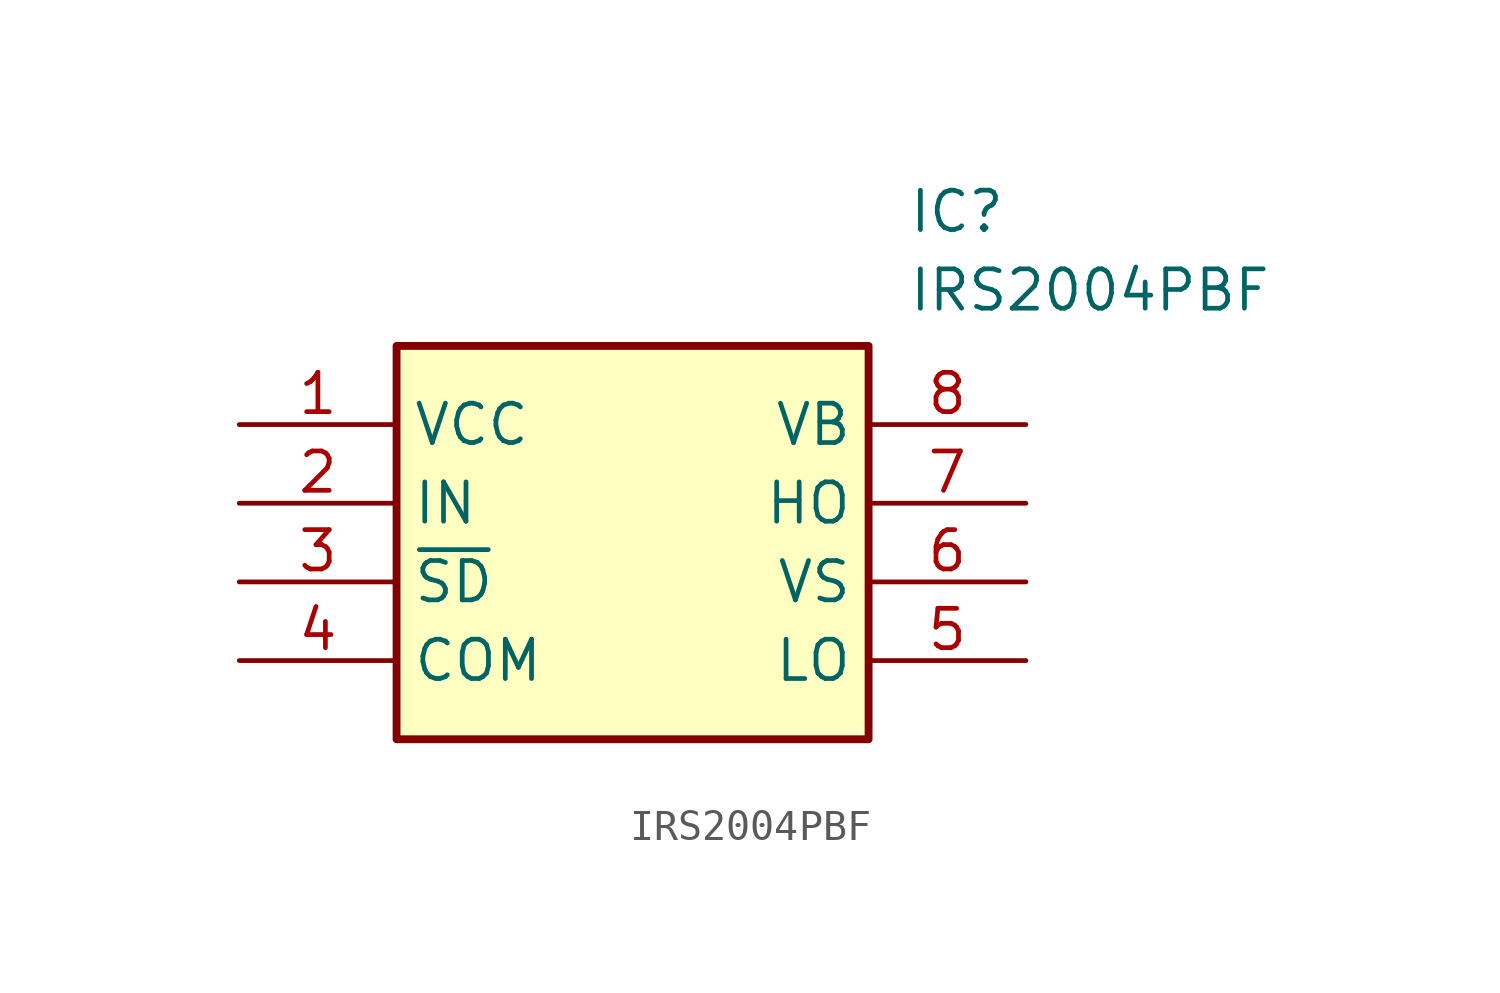
<source format=kicad_sym>
(kicad_symbol_lib
  (version 20211014)
  (generator SamacSys_ECAD_Model)
  (symbol "IRS2004PBF"
    (property "Reference" "IC"
      (at 21.59 7.62 0)
      (effects (font (size 1.27 1.27)) (justify left top)))
    (property "Value" "IRS2004PBF"
      (at 21.59 5.08 0)
      (effects (font (size 1.27 1.27)) (justify left top)))
    (rectangle
      (start 5.08 2.54)
      (end 20.32 -10.16)
      (stroke (width 0.254) (type default))
      (fill (type background)))
    (pin passive line
      (at 0 0 0)
      (length 5.08)
      (name "VCC" (effects (font (size 1.27 1.27))))
      (number "1" (effects (font (size 1.27 1.27)))))
    (pin passive line
      (at 0 -2.54 0)
      (length 5.08)
      (name "IN" (effects (font (size 1.27 1.27))))
      (number "2" (effects (font (size 1.27 1.27)))))
    (pin passive line
      (at 0 -5.08 0)
      (length 5.08)
      (name "~{SD}" (effects (font (size 1.27 1.27))))
      (number "3" (effects (font (size 1.27 1.27)))))
    (pin passive line
      (at 0 -7.62 0)
      (length 5.08)
      (name "COM" (effects (font (size 1.27 1.27))))
      (number "4" (effects (font (size 1.27 1.27)))))
    (pin passive line
      (at 25.4 0 180)
      (length 5.08)
      (name "VB" (effects (font (size 1.27 1.27))))
      (number "8" (effects (font (size 1.27 1.27)))))
    (pin passive line
      (at 25.4 -2.54 180)
      (length 5.08)
      (name "HO" (effects (font (size 1.27 1.27))))
      (number "7" (effects (font (size 1.27 1.27)))))
    (pin passive line
      (at 25.4 -5.08 180)
      (length 5.08)
      (name "VS" (effects (font (size 1.27 1.27))))
      (number "6" (effects (font (size 1.27 1.27)))))
    (pin passive line
      (at 25.4 -7.62 180)
      (length 5.08)
      (name "LO" (effects (font (size 1.27 1.27))))
      (number "5" (effects (font (size 1.27 1.27)))))))
</source>
